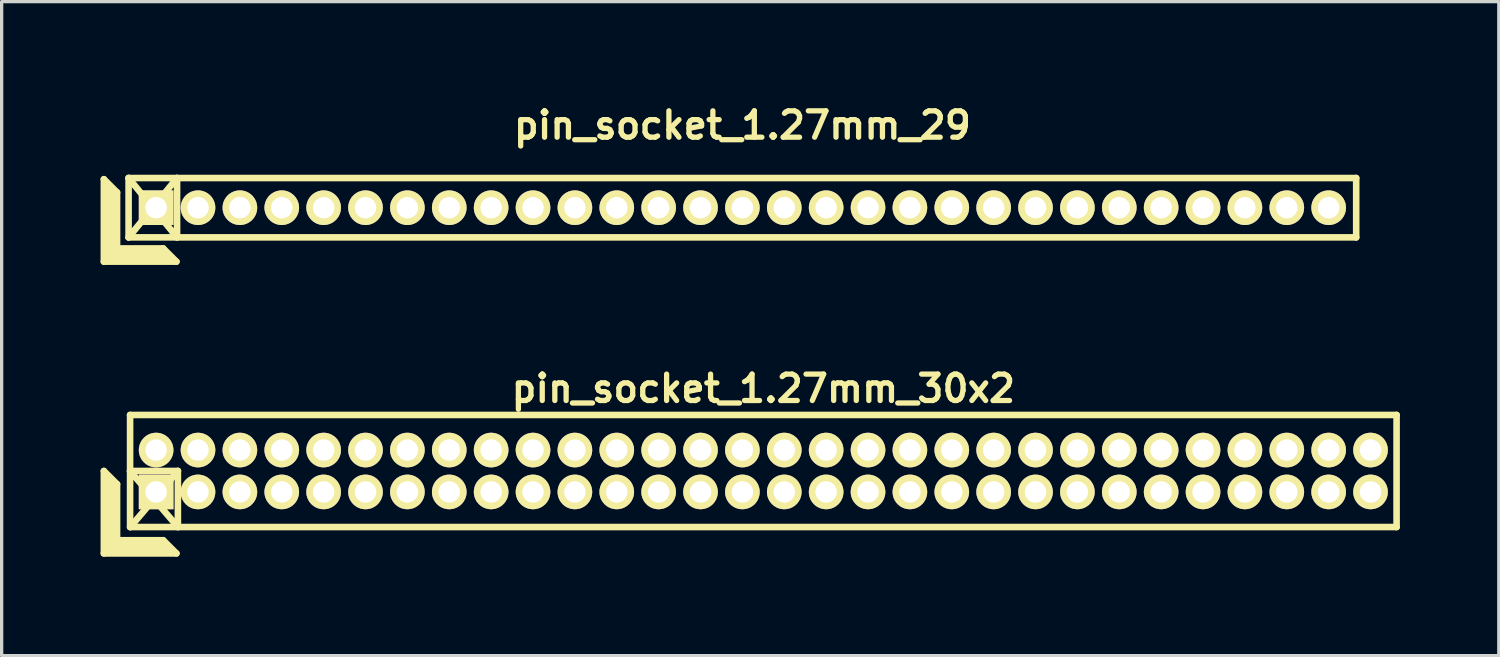
<source format=kicad_pcb>
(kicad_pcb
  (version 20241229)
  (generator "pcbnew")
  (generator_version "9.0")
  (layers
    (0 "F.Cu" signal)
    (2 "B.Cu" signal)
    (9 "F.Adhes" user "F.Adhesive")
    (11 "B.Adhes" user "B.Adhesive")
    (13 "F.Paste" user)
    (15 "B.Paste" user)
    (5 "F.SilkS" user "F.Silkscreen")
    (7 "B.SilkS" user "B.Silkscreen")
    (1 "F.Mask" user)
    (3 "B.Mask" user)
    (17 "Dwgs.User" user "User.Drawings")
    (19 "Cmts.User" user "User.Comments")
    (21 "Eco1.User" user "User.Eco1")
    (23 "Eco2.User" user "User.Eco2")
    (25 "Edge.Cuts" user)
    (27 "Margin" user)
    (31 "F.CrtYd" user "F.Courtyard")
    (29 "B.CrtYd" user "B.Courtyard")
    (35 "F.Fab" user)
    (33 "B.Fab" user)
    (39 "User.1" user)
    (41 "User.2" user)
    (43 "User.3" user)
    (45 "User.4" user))
  (footprint "pin_socket_1.27mm_29"
    (layer "F.Cu")
    (at 19.465 3.249)
    (property "Reference" "pin_socket_1.27mm_29" (at 0 -2.5 0) (layer "F.SilkS") (effects (font (size 0.8 0.8) (thickness 0.16))))
    (attr through_hole)
    (fp_line (start -19.365 -0.864) (end -19.365 1.636) (stroke (width 0.2) (type solid)) (layer "F.SilkS"))
    (fp_line (start -19.365 -0.864) (end -18.965 -0.464) (stroke (width 0.2) (type solid)) (layer "F.SilkS"))
    (fp_line (start -19.365 1.636) (end -17.165 1.636) (stroke (width 0.2) (type solid)) (layer "F.SilkS"))
    (fp_line (start -19.265 1.536) (end -19.265 -0.664) (stroke (width 0.2) (type solid)) (layer "F.SilkS"))
    (fp_line (start -19.265 1.536) (end -17.365 1.536) (stroke (width 0.2) (type solid)) (layer "F.SilkS"))
    (fp_line (start -19.165 1.436) (end -19.165 -0.564) (stroke (width 0.2) (type solid)) (layer "F.SilkS"))
    (fp_line (start -19.165 1.436) (end -17.465 1.436) (stroke (width 0.2) (type solid)) (layer "F.SilkS"))
    (fp_line (start -19.065 1.336) (end -19.065 -0.464) (stroke (width 0.2) (type solid)) (layer "F.SilkS"))
    (fp_line (start -19.065 1.336) (end -17.565 1.336) (stroke (width 0.2) (type solid)) (layer "F.SilkS"))
    (fp_line (start -18.965 1.236) (end -18.965 -0.464) (stroke (width 0.2) (type solid)) (layer "F.SilkS"))
    (fp_line (start -18.965 1.236) (end -17.565 1.236) (stroke (width 0.2) (type solid)) (layer "F.SilkS"))
    (fp_line (start -18.615 -0.9) (end -17.145 0.9) (stroke (width 0.2) (type solid)) (layer "F.SilkS"))
    (fp_line (start -18.615 -0.9) (end 18.615 -0.9) (stroke (width 0.2) (type solid)) (layer "F.SilkS"))
    (fp_line (start -18.615 0.9) (end -18.615 -0.9) (stroke (width 0.2) (type solid)) (layer "F.SilkS"))
    (fp_line (start -18.615 0.9) (end -17.145 -0.9) (stroke (width 0.2) (type solid)) (layer "F.SilkS"))
    (fp_line (start -17.565 1.236) (end -17.165 1.636) (stroke (width 0.2) (type solid)) (layer "F.SilkS"))
    (fp_line (start -17.145 -0.9) (end -17.145 0.9) (stroke (width 0.2) (type solid)) (layer "F.SilkS"))
    (fp_line (start 18.615 -0.9) (end 18.615 0.9) (stroke (width 0.2) (type solid)) (layer "F.SilkS"))
    (fp_line (start 18.615 0.9) (end -18.615 0.9) (stroke (width 0.2) (type solid)) (layer "F.SilkS"))
    (pad "1" thru_hole rect (at -17.78 0) (size 1.05 1.05) (drill 0.65) (layers "*.Cu" "*.Mask" "F.SilkS"))
    (pad "2" thru_hole oval (at -16.51 0) (size 1.05 1.05) (drill 0.65) (layers "*.Cu" "*.Mask" "F.SilkS"))
    (pad "3" thru_hole oval (at -15.24 0) (size 1.05 1.05) (drill 0.65) (layers "*.Cu" "*.Mask" "F.SilkS"))
    (pad "4" thru_hole oval (at -13.97 0) (size 1.05 1.05) (drill 0.65) (layers "*.Cu" "*.Mask" "F.SilkS"))
    (pad "5" thru_hole oval (at -12.7 0) (size 1.05 1.05) (drill 0.65) (layers "*.Cu" "*.Mask" "F.SilkS"))
    (pad "6" thru_hole oval (at -11.43 0) (size 1.05 1.05) (drill 0.65) (layers "*.Cu" "*.Mask" "F.SilkS"))
    (pad "7" thru_hole oval (at -10.16 0) (size 1.05 1.05) (drill 0.65) (layers "*.Cu" "*.Mask" "F.SilkS"))
    (pad "8" thru_hole oval (at -8.89 0) (size 1.05 1.05) (drill 0.65) (layers "*.Cu" "*.Mask" "F.SilkS"))
    (pad "9" thru_hole oval (at -7.62 0) (size 1.05 1.05) (drill 0.65) (layers "*.Cu" "*.Mask" "F.SilkS"))
    (pad "10" thru_hole oval (at -6.35 0) (size 1.05 1.05) (drill 0.65) (layers "*.Cu" "*.Mask" "F.SilkS"))
    (pad "11" thru_hole oval (at -5.08 0) (size 1.05 1.05) (drill 0.65) (layers "*.Cu" "*.Mask" "F.SilkS"))
    (pad "12" thru_hole oval (at -3.81 0) (size 1.05 1.05) (drill 0.65) (layers "*.Cu" "*.Mask" "F.SilkS"))
    (pad "13" thru_hole oval (at -2.54 0) (size 1.05 1.05) (drill 0.65) (layers "*.Cu" "*.Mask" "F.SilkS"))
    (pad "14" thru_hole oval (at -1.27 0) (size 1.05 1.05) (drill 0.65) (layers "*.Cu" "*.Mask" "F.SilkS"))
    (pad "15" thru_hole oval (at 0 0) (size 1.05 1.05) (drill 0.65) (layers "*.Cu" "*.Mask" "F.SilkS"))
    (pad "16" thru_hole oval (at 1.27 0) (size 1.05 1.05) (drill 0.65) (layers "*.Cu" "*.Mask" "F.SilkS"))
    (pad "17" thru_hole oval (at 2.54 0) (size 1.05 1.05) (drill 0.65) (layers "*.Cu" "*.Mask" "F.SilkS"))
    (pad "18" thru_hole oval (at 3.81 0) (size 1.05 1.05) (drill 0.65) (layers "*.Cu" "*.Mask" "F.SilkS"))
    (pad "19" thru_hole oval (at 5.08 0) (size 1.05 1.05) (drill 0.65) (layers "*.Cu" "*.Mask" "F.SilkS"))
    (pad "20" thru_hole oval (at 6.35 0) (size 1.05 1.05) (drill 0.65) (layers "*.Cu" "*.Mask" "F.SilkS"))
    (pad "21" thru_hole oval (at 7.62 0) (size 1.05 1.05) (drill 0.65) (layers "*.Cu" "*.Mask" "F.SilkS"))
    (pad "22" thru_hole oval (at 8.89 0) (size 1.05 1.05) (drill 0.65) (layers "*.Cu" "*.Mask" "F.SilkS"))
    (pad "23" thru_hole oval (at 10.16 0) (size 1.05 1.05) (drill 0.65) (layers "*.Cu" "*.Mask" "F.SilkS"))
    (pad "24" thru_hole oval (at 11.43 0) (size 1.05 1.05) (drill 0.65) (layers "*.Cu" "*.Mask" "F.SilkS"))
    (pad "25" thru_hole oval (at 12.7 0) (size 1.05 1.05) (drill 0.65) (layers "*.Cu" "*.Mask" "F.SilkS"))
    (pad "26" thru_hole oval (at 13.97 0) (size 1.05 1.05) (drill 0.65) (layers "*.Cu" "*.Mask" "F.SilkS"))
    (pad "27" thru_hole oval (at 15.24 0) (size 1.05 1.05) (drill 0.65) (layers "*.Cu" "*.Mask" "F.SilkS"))
    (pad "28" thru_hole oval (at 16.51 0) (size 1.05 1.05) (drill 0.65) (layers "*.Cu" "*.Mask" "F.SilkS"))
    (pad "29" thru_hole oval (at 17.78 0) (size 1.05 1.05) (drill 0.65) (layers "*.Cu" "*.Mask" "F.SilkS")))
  (footprint "pin_socket_1.27mm_30x2"
    (layer "F.Cu")
    (at 20.1 11.234)
    (property "Reference" "pin_socket_1.27mm_30x2" (at 0 -2.5 0) (layer "F.SilkS") (effects (font (size 0.8 0.8) (thickness 0.16))))
    (attr through_hole)
    (fp_line (start -20 0) (end -20 2.5) (stroke (width 0.2) (type solid)) (layer "F.SilkS"))
    (fp_line (start -20 0) (end -19.6 0.4) (stroke (width 0.2) (type solid)) (layer "F.SilkS"))
    (fp_line (start -20 2.5) (end -17.8 2.5) (stroke (width 0.2) (type solid)) (layer "F.SilkS"))
    (fp_line (start -19.9 2.4) (end -19.9 0.2) (stroke (width 0.2) (type solid)) (layer "F.SilkS"))
    (fp_line (start -19.9 2.4) (end -18 2.4) (stroke (width 0.2) (type solid)) (layer "F.SilkS"))
    (fp_line (start -19.8 2.3) (end -19.8 0.3) (stroke (width 0.2) (type solid)) (layer "F.SilkS"))
    (fp_line (start -19.8 2.3) (end -18.1 2.3) (stroke (width 0.2) (type solid)) (layer "F.SilkS"))
    (fp_line (start -19.7 2.2) (end -19.7 0.4) (stroke (width 0.2) (type solid)) (layer "F.SilkS"))
    (fp_line (start -19.7 2.2) (end -18.2 2.2) (stroke (width 0.2) (type solid)) (layer "F.SilkS"))
    (fp_line (start -19.6 2.1) (end -19.6 0.4) (stroke (width 0.2) (type solid)) (layer "F.SilkS"))
    (fp_line (start -19.6 2.1) (end -18.2 2.1) (stroke (width 0.2) (type solid)) (layer "F.SilkS"))
    (fp_line (start -19.205 -1.7) (end 19.205 -1.7) (stroke (width 0.2) (type solid)) (layer "F.SilkS"))
    (fp_line (start -19.205 0) (end -17.755 0) (stroke (width 0.2) (type solid)) (layer "F.SilkS"))
    (fp_line (start -19.205 0) (end -17.755 1.7) (stroke (width 0.2) (type solid)) (layer "F.SilkS"))
    (fp_line (start -19.205 1.7) (end -19.205 -1.7) (stroke (width 0.2) (type solid)) (layer "F.SilkS"))
    (fp_line (start -18.2 2.1) (end -17.8 2.5) (stroke (width 0.2) (type solid)) (layer "F.SilkS"))
    (fp_line (start -17.755 0) (end -19.2 1.7) (stroke (width 0.2) (type solid)) (layer "F.SilkS"))
    (fp_line (start -17.755 0) (end -17.755 1.7) (stroke (width 0.2) (type solid)) (layer "F.SilkS"))
    (fp_line (start 19.205 -1.7) (end 19.205 1.7) (stroke (width 0.2) (type solid)) (layer "F.SilkS"))
    (fp_line (start 19.205 1.7) (end -19.205 1.7) (stroke (width 0.2) (type solid)) (layer "F.SilkS"))
    (pad "1" thru_hole rect (at -18.415 0.635) (size 1.05 1.05) (drill 0.65) (layers "*.Cu" "*.Mask" "F.SilkS"))
    (pad "2" thru_hole oval (at -18.415 -0.635) (size 1.05 1.05) (drill 0.65) (layers "*.Cu" "*.Mask" "F.SilkS"))
    (pad "3" thru_hole oval (at -17.145 0.635) (size 1.05 1.05) (drill 0.65) (layers "*.Cu" "*.Mask" "F.SilkS"))
    (pad "4" thru_hole oval (at -17.145 -0.635) (size 1.05 1.05) (drill 0.65) (layers "*.Cu" "*.Mask" "F.SilkS"))
    (pad "5" thru_hole oval (at -15.875 0.635) (size 1.05 1.05) (drill 0.65) (layers "*.Cu" "*.Mask" "F.SilkS"))
    (pad "6" thru_hole oval (at -15.875 -0.635) (size 1.05 1.05) (drill 0.65) (layers "*.Cu" "*.Mask" "F.SilkS"))
    (pad "7" thru_hole oval (at -14.605 0.635) (size 1.05 1.05) (drill 0.65) (layers "*.Cu" "*.Mask" "F.SilkS"))
    (pad "8" thru_hole oval (at -14.605 -0.635) (size 1.05 1.05) (drill 0.65) (layers "*.Cu" "*.Mask" "F.SilkS"))
    (pad "9" thru_hole oval (at -13.335 0.635) (size 1.05 1.05) (drill 0.65) (layers "*.Cu" "*.Mask" "F.SilkS"))
    (pad "10" thru_hole oval (at -13.335 -0.635) (size 1.05 1.05) (drill 0.65) (layers "*.Cu" "*.Mask" "F.SilkS"))
    (pad "11" thru_hole oval (at -12.065 0.635) (size 1.05 1.05) (drill 0.65) (layers "*.Cu" "*.Mask" "F.SilkS"))
    (pad "12" thru_hole oval (at -12.065 -0.635) (size 1.05 1.05) (drill 0.65) (layers "*.Cu" "*.Mask" "F.SilkS"))
    (pad "13" thru_hole oval (at -10.795 0.635) (size 1.05 1.05) (drill 0.65) (layers "*.Cu" "*.Mask" "F.SilkS"))
    (pad "14" thru_hole oval (at -10.795 -0.635) (size 1.05 1.05) (drill 0.65) (layers "*.Cu" "*.Mask" "F.SilkS"))
    (pad "15" thru_hole oval (at -9.525 0.635) (size 1.05 1.05) (drill 0.65) (layers "*.Cu" "*.Mask" "F.SilkS"))
    (pad "16" thru_hole oval (at -9.525 -0.635) (size 1.05 1.05) (drill 0.65) (layers "*.Cu" "*.Mask" "F.SilkS"))
    (pad "17" thru_hole oval (at -8.255 0.635) (size 1.05 1.05) (drill 0.65) (layers "*.Cu" "*.Mask" "F.SilkS"))
    (pad "18" thru_hole oval (at -8.255 -0.635) (size 1.05 1.05) (drill 0.65) (layers "*.Cu" "*.Mask" "F.SilkS"))
    (pad "19" thru_hole oval (at -6.985 0.635) (size 1.05 1.05) (drill 0.65) (layers "*.Cu" "*.Mask" "F.SilkS"))
    (pad "20" thru_hole oval (at -6.985 -0.635) (size 1.05 1.05) (drill 0.65) (layers "*.Cu" "*.Mask" "F.SilkS"))
    (pad "21" thru_hole oval (at -5.715 0.635) (size 1.05 1.05) (drill 0.65) (layers "*.Cu" "*.Mask" "F.SilkS"))
    (pad "22" thru_hole oval (at -5.715 -0.635) (size 1.05 1.05) (drill 0.65) (layers "*.Cu" "*.Mask" "F.SilkS"))
    (pad "23" thru_hole oval (at -4.445 0.635) (size 1.05 1.05) (drill 0.65) (layers "*.Cu" "*.Mask" "F.SilkS"))
    (pad "24" thru_hole oval (at -4.445 -0.635) (size 1.05 1.05) (drill 0.65) (layers "*.Cu" "*.Mask" "F.SilkS"))
    (pad "25" thru_hole oval (at -3.175 0.635) (size 1.05 1.05) (drill 0.65) (layers "*.Cu" "*.Mask" "F.SilkS"))
    (pad "26" thru_hole oval (at -3.175 -0.635) (size 1.05 1.05) (drill 0.65) (layers "*.Cu" "*.Mask" "F.SilkS"))
    (pad "27" thru_hole oval (at -1.905 0.635) (size 1.05 1.05) (drill 0.65) (layers "*.Cu" "*.Mask" "F.SilkS"))
    (pad "28" thru_hole oval (at -1.905 -0.635) (size 1.05 1.05) (drill 0.65) (layers "*.Cu" "*.Mask" "F.SilkS"))
    (pad "29" thru_hole oval (at -0.635 0.635) (size 1.05 1.05) (drill 0.65) (layers "*.Cu" "*.Mask" "F.SilkS"))
    (pad "30" thru_hole oval (at -0.635 -0.635) (size 1.05 1.05) (drill 0.65) (layers "*.Cu" "*.Mask" "F.SilkS"))
    (pad "31" thru_hole oval (at 0.635 0.635) (size 1.05 1.05) (drill 0.65) (layers "*.Cu" "*.Mask" "F.SilkS"))
    (pad "32" thru_hole oval (at 0.635 -0.635) (size 1.05 1.05) (drill 0.65) (layers "*.Cu" "*.Mask" "F.SilkS"))
    (pad "33" thru_hole oval (at 1.905 0.635) (size 1.05 1.05) (drill 0.65) (layers "*.Cu" "*.Mask" "F.SilkS"))
    (pad "34" thru_hole oval (at 1.905 -0.635) (size 1.05 1.05) (drill 0.65) (layers "*.Cu" "*.Mask" "F.SilkS"))
    (pad "35" thru_hole oval (at 3.175 0.635) (size 1.05 1.05) (drill 0.65) (layers "*.Cu" "*.Mask" "F.SilkS"))
    (pad "36" thru_hole oval (at 3.175 -0.635) (size 1.05 1.05) (drill 0.65) (layers "*.Cu" "*.Mask" "F.SilkS"))
    (pad "37" thru_hole oval (at 4.445 0.635) (size 1.05 1.05) (drill 0.65) (layers "*.Cu" "*.Mask" "F.SilkS"))
    (pad "38" thru_hole oval (at 4.445 -0.635) (size 1.05 1.05) (drill 0.65) (layers "*.Cu" "*.Mask" "F.SilkS"))
    (pad "39" thru_hole oval (at 5.715 0.635) (size 1.05 1.05) (drill 0.65) (layers "*.Cu" "*.Mask" "F.SilkS"))
    (pad "40" thru_hole oval (at 5.715 -0.635) (size 1.05 1.05) (drill 0.65) (layers "*.Cu" "*.Mask" "F.SilkS"))
    (pad "41" thru_hole oval (at 6.985 0.635) (size 1.05 1.05) (drill 0.65) (layers "*.Cu" "*.Mask" "F.SilkS"))
    (pad "42" thru_hole oval (at 6.985 -0.635) (size 1.05 1.05) (drill 0.65) (layers "*.Cu" "*.Mask" "F.SilkS"))
    (pad "43" thru_hole oval (at 8.255 0.635) (size 1.05 1.05) (drill 0.65) (layers "*.Cu" "*.Mask" "F.SilkS"))
    (pad "44" thru_hole oval (at 8.255 -0.635) (size 1.05 1.05) (drill 0.65) (layers "*.Cu" "*.Mask" "F.SilkS"))
    (pad "45" thru_hole oval (at 9.525 0.635) (size 1.05 1.05) (drill 0.65) (layers "*.Cu" "*.Mask" "F.SilkS"))
    (pad "46" thru_hole oval (at 9.525 -0.635) (size 1.05 1.05) (drill 0.65) (layers "*.Cu" "*.Mask" "F.SilkS"))
    (pad "47" thru_hole oval (at 10.795 0.635) (size 1.05 1.05) (drill 0.65) (layers "*.Cu" "*.Mask" "F.SilkS"))
    (pad "48" thru_hole oval (at 10.795 -0.635) (size 1.05 1.05) (drill 0.65) (layers "*.Cu" "*.Mask" "F.SilkS"))
    (pad "49" thru_hole oval (at 12.065 0.635) (size 1.05 1.05) (drill 0.65) (layers "*.Cu" "*.Mask" "F.SilkS"))
    (pad "50" thru_hole oval (at 12.065 -0.635) (size 1.05 1.05) (drill 0.65) (layers "*.Cu" "*.Mask" "F.SilkS"))
    (pad "51" thru_hole circle (at 13.335 0.635) (size 1.05 1.05) (drill 0.65) (layers "*.Cu" "*.Mask" "F.SilkS"))
    (pad "52" thru_hole oval (at 13.335 -0.635) (size 1.05 1.05) (drill 0.65) (layers "*.Cu" "*.Mask" "F.SilkS"))
    (pad "53" thru_hole oval (at 14.605 0.635) (size 1.05 1.05) (drill 0.65) (layers "*.Cu" "*.Mask" "F.SilkS"))
    (pad "54" thru_hole oval (at 14.605 -0.635) (size 1.05 1.05) (drill 0.65) (layers "*.Cu" "*.Mask" "F.SilkS"))
    (pad "55" thru_hole oval (at 15.875 0.635) (size 1.05 1.05) (drill 0.65) (layers "*.Cu" "*.Mask" "F.SilkS"))
    (pad "56" thru_hole oval (at 15.875 -0.635) (size 1.05 1.05) (drill 0.65) (layers "*.Cu" "*.Mask" "F.SilkS"))
    (pad "57" thru_hole oval (at 17.145 0.635) (size 1.05 1.05) (drill 0.65) (layers "*.Cu" "*.Mask" "F.SilkS"))
    (pad "58" thru_hole oval (at 17.145 -0.635) (size 1.05 1.05) (drill 0.65) (layers "*.Cu" "*.Mask" "F.SilkS"))
    (pad "59" thru_hole oval (at 18.415 0.635) (size 1.05 1.05) (drill 0.65) (layers "*.Cu" "*.Mask" "F.SilkS"))
    (pad "60" thru_hole oval (at 18.415 -0.635) (size 1.05 1.05) (drill 0.65) (layers "*.Cu" "*.Mask" "F.SilkS")))
  (gr_rect
    (start -3 -3)
    (end 42.405 16.834)
    (stroke (width 0.1) (type default))
    (fill no)
    (layer "Edge.Cuts")))
</source>
